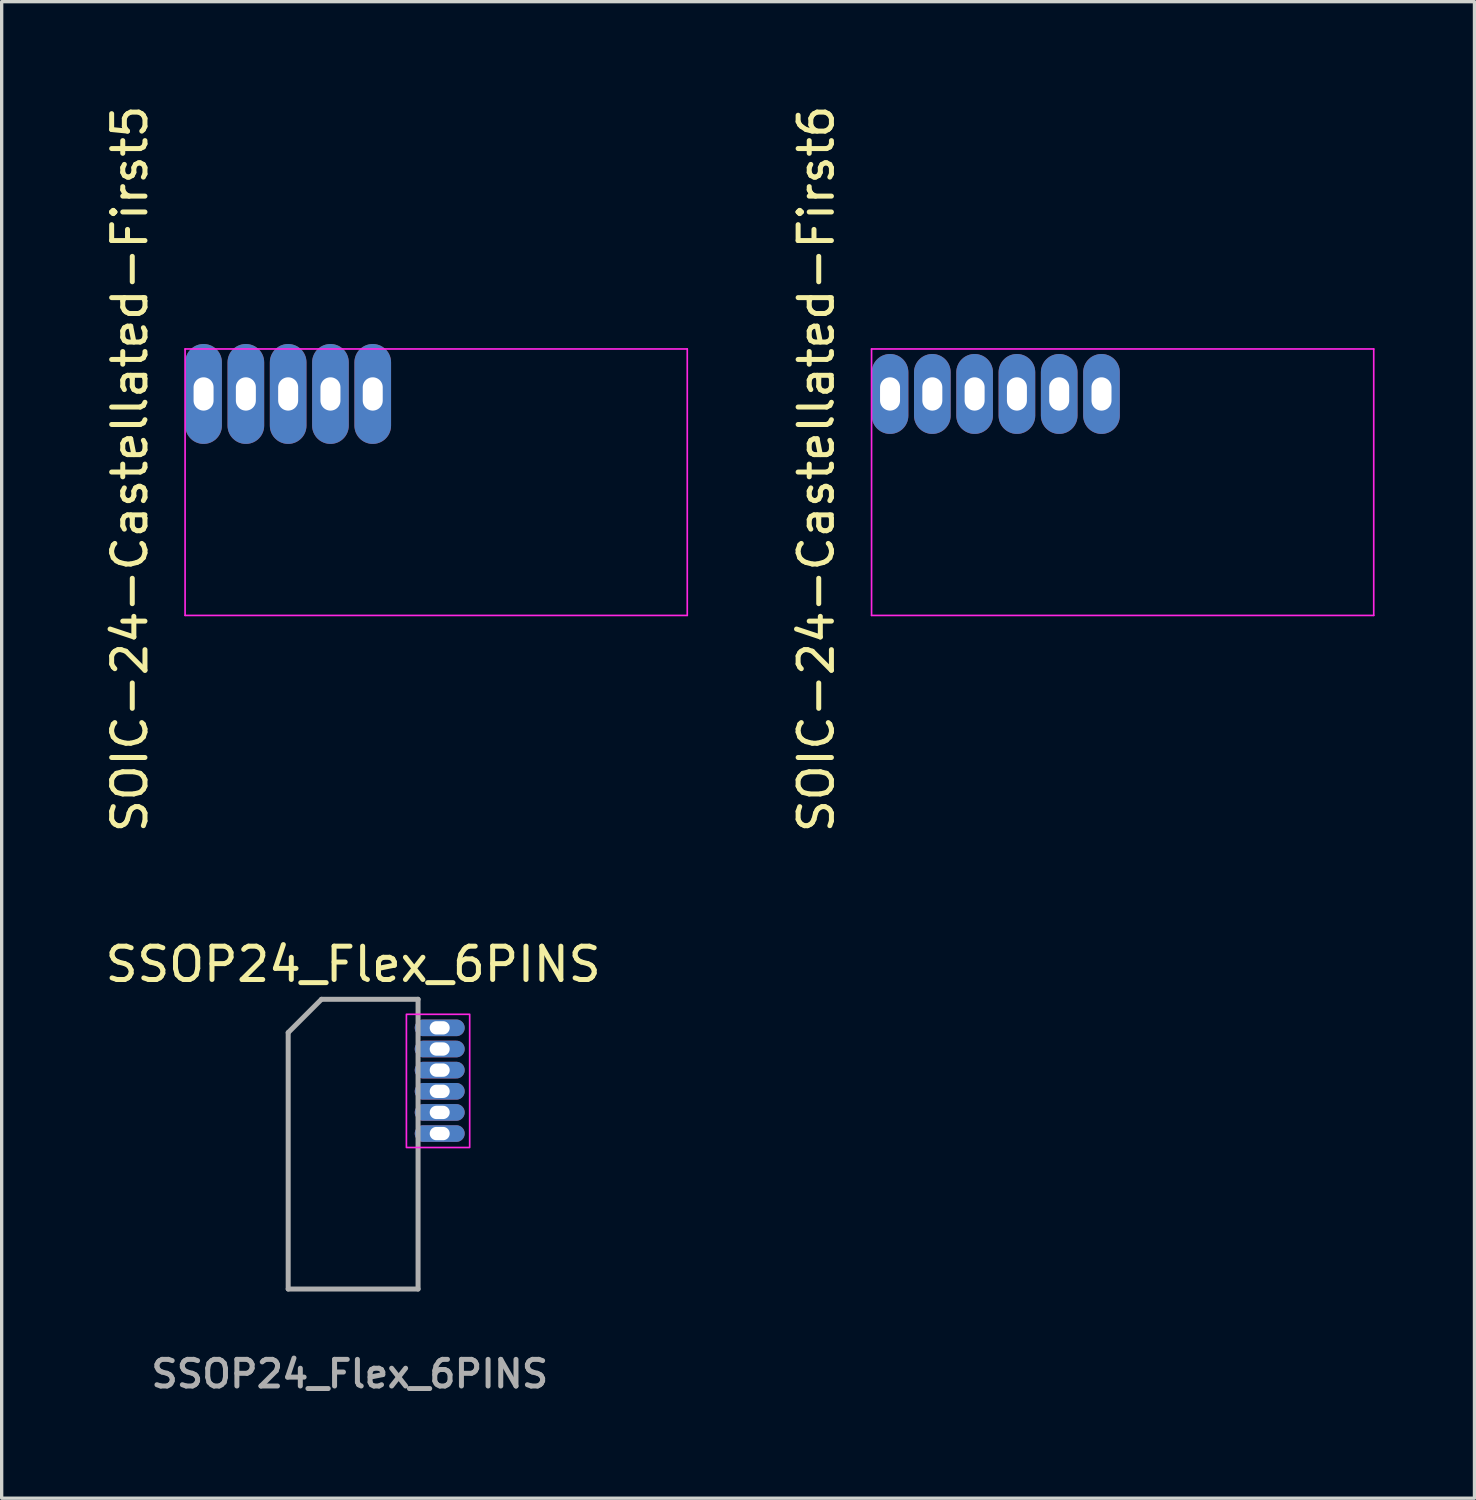
<source format=kicad_pcb>
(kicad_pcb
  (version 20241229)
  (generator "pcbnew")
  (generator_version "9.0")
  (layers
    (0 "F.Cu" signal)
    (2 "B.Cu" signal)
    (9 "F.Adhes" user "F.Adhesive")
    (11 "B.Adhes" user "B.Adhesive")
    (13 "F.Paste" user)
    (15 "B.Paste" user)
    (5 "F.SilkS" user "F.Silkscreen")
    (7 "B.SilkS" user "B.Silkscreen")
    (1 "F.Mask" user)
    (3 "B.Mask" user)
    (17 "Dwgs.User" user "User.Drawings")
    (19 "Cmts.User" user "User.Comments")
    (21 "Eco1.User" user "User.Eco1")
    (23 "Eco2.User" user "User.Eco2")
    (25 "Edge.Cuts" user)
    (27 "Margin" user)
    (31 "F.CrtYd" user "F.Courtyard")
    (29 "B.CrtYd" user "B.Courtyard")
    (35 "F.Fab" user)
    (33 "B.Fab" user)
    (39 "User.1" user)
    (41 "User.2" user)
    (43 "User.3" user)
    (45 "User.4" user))
  (footprint "SSOP24_Flex_6PINS"
    (layer "F.Cu")
    (at 7.554 31.308)
    (property "Reference" "SSOP24_Flex_6PINS" (at 0 -5.4 0) (layer "F.SilkS") (effects (font (size 1 1) (thickness 0.15))))
    (attr smd)
    (fp_rect (start 1.6 -3.9) (end 3.5 0.1) (stroke (width 0.05) (type default)) (fill no) (layer "F.CrtYd"))
    (fp_line (start -1.95 -3.35) (end -0.95 -4.35) (stroke (width 0.15) (type solid)) (layer "F.Fab"))
    (fp_line (start -1.95 4.35) (end -1.95 -3.35) (stroke (width 0.15) (type solid)) (layer "F.Fab"))
    (fp_line (start -0.95 -4.35) (end 1.95 -4.35) (stroke (width 0.15) (type solid)) (layer "F.Fab"))
    (fp_line (start 1.95 -4.35) (end 1.95 4.35) (stroke (width 0.15) (type solid)) (layer "F.Fab"))
    (fp_line (start 1.95 4.35) (end -1.95 4.35) (stroke (width 0.15) (type solid)) (layer "F.Fab"))
    (fp_text user "${REFERENCE}" (at -0.1 6.9 0) (layer "F.Fab") (effects (font (size 0.8 0.8) (thickness 0.15))))
    (pad "19" thru_hole oval (at 2.6 -0.318) (size 1.5 0.5) (drill oval 0.6 0.4) (layers "*.Cu" "*.Mask"))
    (pad "20" thru_hole oval (at 2.6 -0.953) (size 1.5 0.5) (drill oval 0.6 0.4) (layers "*.Cu" "*.Mask"))
    (pad "21" thru_hole oval (at 2.6 -1.587) (size 1.5 0.5) (drill oval 0.6 0.4) (layers "*.Cu" "*.Mask"))
    (pad "22" thru_hole oval (at 2.6 -2.223) (size 1.5 0.5) (drill oval 0.6 0.4) (layers "*.Cu" "*.Mask"))
    (pad "23" thru_hole oval (at 2.6 -2.857) (size 1.5 0.5) (drill oval 0.6 0.4) (layers "*.Cu" "*.Mask"))
    (pad "24" thru_hole oval (at 2.6 -3.493) (size 1.5 0.5) (drill oval 0.6 0.4) (layers "*.Cu" "*.Mask")))
  (footprint "SOIC-24-Castellated-First5"
    (layer "F.Cu")
    (at 10.048 11.43)
    (property "Reference" "SOIC-24-Castellated-First5" (at -9.2 -0.4 90) (layer "F.SilkS") (effects (font (size 1 1) (thickness 0.15))))
    (attr smd)
    (fp_line (start -7.54 -4) (end 7.54 -4) (stroke (width 0.05) (type default)) (layer "F.CrtYd"))
    (fp_line (start -7.54 4) (end -7.54 -4) (stroke (width 0.05) (type default)) (layer "F.CrtYd"))
    (fp_line (start 7.54 -4) (end 7.54 4) (stroke (width 0.05) (type default)) (layer "F.CrtYd"))
    (fp_line (start 7.54 4) (end -7.54 4) (stroke (width 0.05) (type default)) (layer "F.CrtYd"))
    (pad "20" thru_hole oval (at -1.905 -2.65) (size 1.1 3) (drill oval 0.6 1) (layers "*.Cu" "*.Mask"))
    (pad "21" thru_hole oval (at -3.175 -2.65) (size 1.1 3) (drill oval 0.6 1) (layers "*.Cu" "*.Mask"))
    (pad "22" thru_hole oval (at -4.445 -2.65) (size 1.1 3) (drill oval 0.6 1) (layers "*.Cu" "*.Mask"))
    (pad "23" thru_hole oval (at -5.715 -2.65) (size 1.1 3) (drill oval 0.6 1) (layers "*.Cu" "*.Mask"))
    (pad "24" thru_hole oval (at -6.985 -2.65) (size 1.1 3) (drill oval 0.6 1) (layers "*.Cu" "*.Mask")))
  (footprint "SOIC-24-Castellated-First6"
    (layer "F.Cu")
    (at 30.662 11.43)
    (property "Reference" "SOIC-24-Castellated-First6" (at -9.2 -0.4 90) (layer "F.SilkS") (effects (font (size 1 1) (thickness 0.15))))
    (attr smd)
    (fp_line (start -7.54 -4) (end 7.54 -4) (stroke (width 0.05) (type default)) (layer "F.CrtYd"))
    (fp_line (start -7.54 4) (end -7.54 -4) (stroke (width 0.05) (type default)) (layer "F.CrtYd"))
    (fp_line (start 7.54 -4) (end 7.54 4) (stroke (width 0.05) (type default)) (layer "F.CrtYd"))
    (fp_line (start 7.54 4) (end -7.54 4) (stroke (width 0.05) (type default)) (layer "F.CrtYd"))
    (pad "19" thru_hole oval (at -0.635 -2.65) (size 1.1 2.4) (drill oval 0.6 1) (layers "*.Cu" "*.Mask"))
    (pad "20" thru_hole oval (at -1.905 -2.65) (size 1.1 2.4) (drill oval 0.6 1) (layers "*.Cu" "*.Mask"))
    (pad "21" thru_hole oval (at -3.175 -2.65) (size 1.1 2.4) (drill oval 0.6 1) (layers "*.Cu" "*.Mask"))
    (pad "22" thru_hole oval (at -4.445 -2.65) (size 1.1 2.4) (drill oval 0.6 1) (layers "*.Cu" "*.Mask"))
    (pad "23" thru_hole oval (at -5.715 -2.65) (size 1.1 2.4) (drill oval 0.6 1) (layers "*.Cu" "*.Mask"))
    (pad "24" thru_hole oval (at -6.985 -2.65) (size 1.1 2.4) (drill oval 0.6 1) (layers "*.Cu" "*.Mask")))
  (gr_rect
    (start -3 -3)
    (end 41.227 41.939)
    (stroke (width 0.1) (type default))
    (fill no)
    (layer "Edge.Cuts")))
</source>
